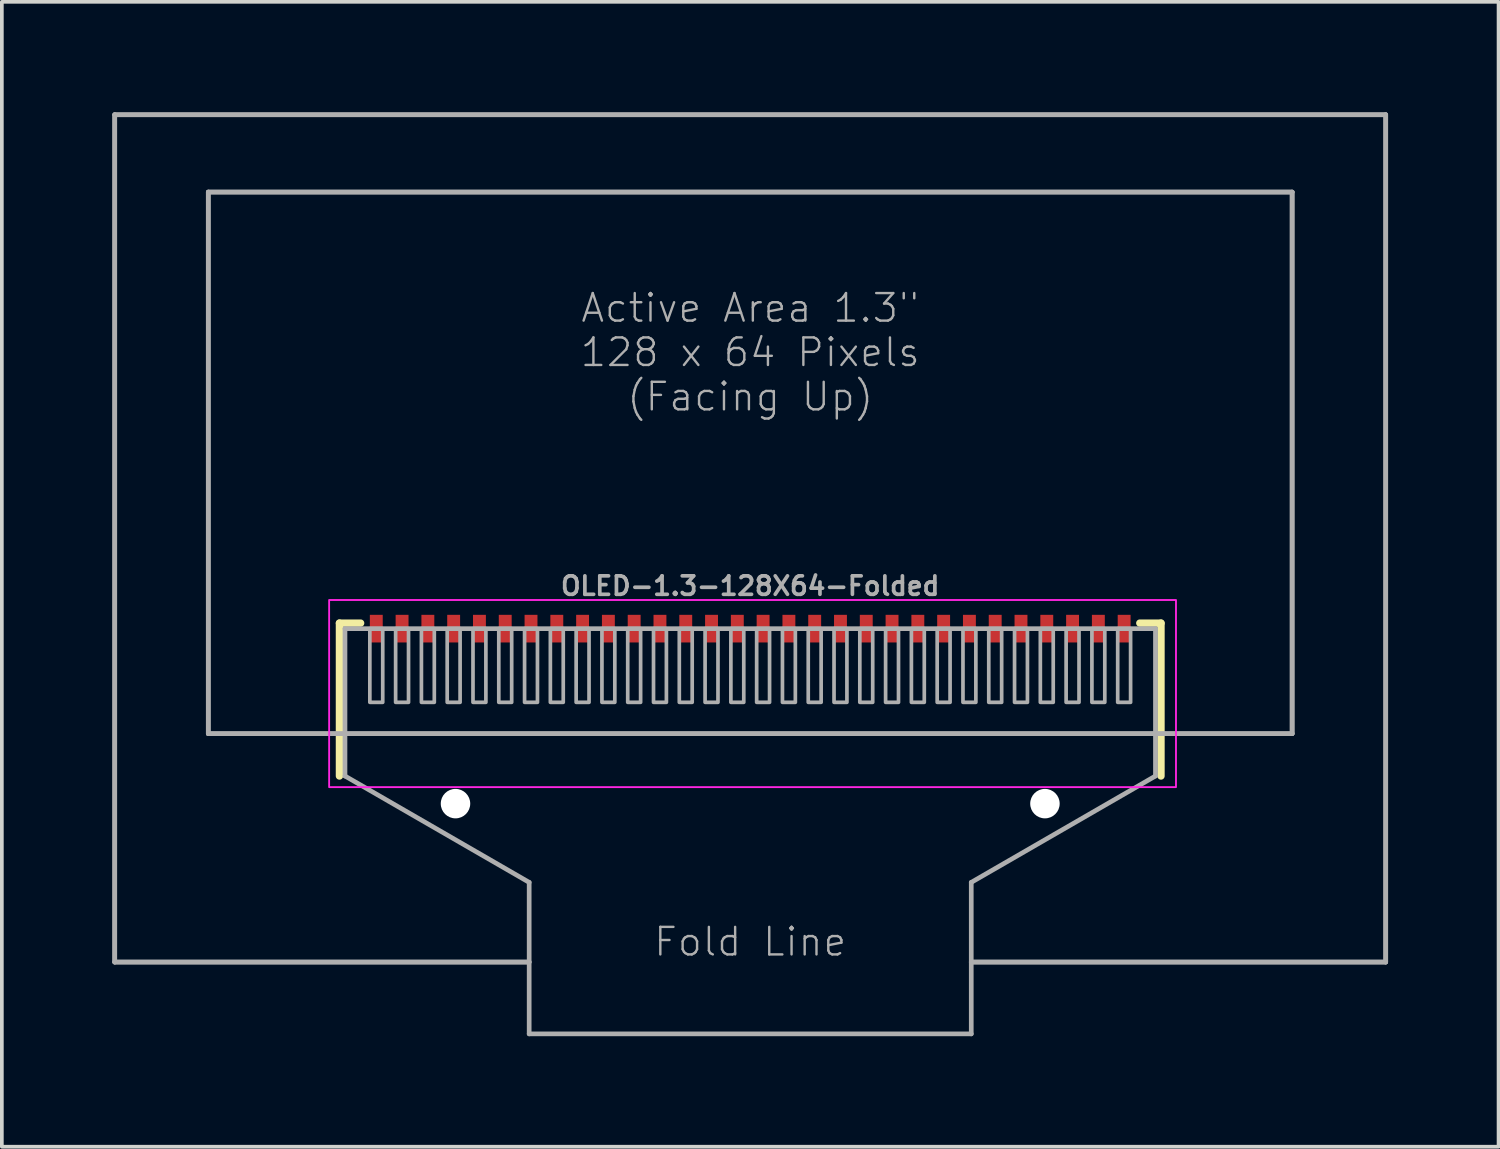
<source format=kicad_pcb>
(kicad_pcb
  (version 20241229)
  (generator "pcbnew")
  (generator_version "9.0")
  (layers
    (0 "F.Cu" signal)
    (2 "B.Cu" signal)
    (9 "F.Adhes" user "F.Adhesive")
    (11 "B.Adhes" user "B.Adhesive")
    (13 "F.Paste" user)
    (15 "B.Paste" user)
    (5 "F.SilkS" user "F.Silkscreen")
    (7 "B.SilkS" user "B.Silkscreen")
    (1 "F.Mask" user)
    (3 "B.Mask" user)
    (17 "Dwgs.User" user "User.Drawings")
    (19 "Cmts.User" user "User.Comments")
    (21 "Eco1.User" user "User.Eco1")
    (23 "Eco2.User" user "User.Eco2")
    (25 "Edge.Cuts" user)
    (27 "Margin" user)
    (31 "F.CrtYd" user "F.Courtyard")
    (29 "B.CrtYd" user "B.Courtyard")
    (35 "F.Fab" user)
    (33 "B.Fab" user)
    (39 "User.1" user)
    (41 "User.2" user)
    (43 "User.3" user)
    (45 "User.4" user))
  (footprint "OLED-1.3-128X64-Folded"
    (layer "F.Cu")
    (at 17.314 13.014)
    (property "Reference" "OLED-1.3-128X64-Folded" (at 0 -0.159 0) (unlocked yes) (layer "F.Fab") (effects (font (size 0.5 0.5) (thickness 0.1))))
    (fp_line (start -11.15 0.85) (end -11.15 5) (stroke (width 0.2) (type solid)) (layer "F.SilkS"))
    (fp_line (start -10.575 0.85) (end -11.15 0.85) (stroke (width 0.2) (type solid)) (layer "F.SilkS"))
    (fp_line (start 10.575 0.85) (end 11.15 0.85) (stroke (width 0.2) (type solid)) (layer "F.SilkS"))
    (fp_line (start 11.15 0.85) (end 11.15 5) (stroke (width 0.2) (type solid)) (layer "F.SilkS"))
    (fp_rect (start -11.43 0.222) (end 11.557 5.302) (stroke (width 0.05) (type default)) (fill no) (layer "F.CrtYd"))
    (fp_line (start -17.25 -12.95) (end -17.25 10.05) (stroke (width 0.127) (type solid)) (layer "F.Fab"))
    (fp_line (start -17.25 -12.95) (end -17.25 10.05) (stroke (width 0.127) (type solid)) (layer "F.Fab"))
    (fp_line (start -17.25 10.05) (end -6 10.05) (stroke (width 0.127) (type solid)) (layer "F.Fab"))
    (fp_line (start -17.25 10.05) (end -6 10.05) (stroke (width 0.127) (type solid)) (layer "F.Fab"))
    (fp_line (start -14.71 -10.85) (end -14.71 3.85) (stroke (width 0.127) (type solid)) (layer "F.Fab"))
    (fp_line (start -14.71 -10.85) (end -14.71 3.85) (stroke (width 0.127) (type solid)) (layer "F.Fab"))
    (fp_line (start -14.71 3.85) (end 14.71 3.85) (stroke (width 0.127) (type solid)) (layer "F.Fab"))
    (fp_line (start -14.71 3.85) (end 14.71 3.85) (stroke (width 0.127) (type solid)) (layer "F.Fab"))
    (fp_line (start -11 1) (end -11 5) (stroke (width 0.127) (type solid)) (layer "F.Fab"))
    (fp_line (start -11 5) (end -6 7.887) (stroke (width 0.127) (type solid)) (layer "F.Fab"))
    (fp_line (start -6 7.887) (end -6 12) (stroke (width 0.127) (type solid)) (layer "F.Fab"))
    (fp_line (start 6 7.887) (end 11 5) (stroke (width 0.127) (type solid)) (layer "F.Fab"))
    (fp_line (start 6 10.05) (end 17.25 10.05) (stroke (width 0.127) (type solid)) (layer "F.Fab"))
    (fp_line (start 6 10.05) (end 17.25 10.05) (stroke (width 0.127) (type solid)) (layer "F.Fab"))
    (fp_line (start 6 12) (end -6 12) (stroke (width 0.127) (type solid)) (layer "F.Fab"))
    (fp_line (start 6 12) (end 6 7.887) (stroke (width 0.127) (type solid)) (layer "F.Fab"))
    (fp_line (start 11 1) (end -11 1) (stroke (width 0.127) (type solid)) (layer "F.Fab"))
    (fp_line (start 11 5) (end 11 1) (stroke (width 0.127) (type solid)) (layer "F.Fab"))
    (fp_line (start 14.71 -10.85) (end -14.71 -10.85) (stroke (width 0.127) (type solid)) (layer "F.Fab"))
    (fp_line (start 14.71 -10.85) (end -14.71 -10.85) (stroke (width 0.127) (type solid)) (layer "F.Fab"))
    (fp_line (start 14.71 3.85) (end 14.71 -10.85) (stroke (width 0.127) (type solid)) (layer "F.Fab"))
    (fp_line (start 14.71 3.85) (end 14.71 -10.85) (stroke (width 0.127) (type solid)) (layer "F.Fab"))
    (fp_line (start 17.25 -12.95) (end -17.25 -12.95) (stroke (width 0.127) (type solid)) (layer "F.Fab"))
    (fp_line (start 17.25 -12.95) (end -17.25 -12.95) (stroke (width 0.127) (type solid)) (layer "F.Fab"))
    (fp_line (start 17.25 10.05) (end 17.25 -12.95) (stroke (width 0.127) (type solid)) (layer "F.Fab"))
    (fp_line (start 17.25 10.05) (end 17.25 -12.95) (stroke (width 0.127) (type solid)) (layer "F.Fab"))
    (fp_poly (pts (xy -10.325 3) (xy -9.975 3) (xy -9.975 1) (xy -10.325 1)) (stroke (width 0.1) (type default)) (fill no) (layer "F.Fab"))
    (fp_poly (pts (xy -9.625 3) (xy -9.275 3) (xy -9.275 1) (xy -9.625 1)) (stroke (width 0.1) (type default)) (fill no) (layer "F.Fab"))
    (fp_poly (pts (xy -8.925 3) (xy -8.575 3) (xy -8.575 1) (xy -8.925 1)) (stroke (width 0.1) (type default)) (fill no) (layer "F.Fab"))
    (fp_poly (pts (xy -8.225 3) (xy -7.875 3) (xy -7.875 1) (xy -8.225 1)) (stroke (width 0.1) (type default)) (fill no) (layer "F.Fab"))
    (fp_poly (pts (xy -7.525 3) (xy -7.175 3) (xy -7.175 1) (xy -7.525 1)) (stroke (width 0.1) (type default)) (fill no) (layer "F.Fab"))
    (fp_poly (pts (xy -6.825 3) (xy -6.475 3) (xy -6.475 1) (xy -6.825 1)) (stroke (width 0.1) (type default)) (fill no) (layer "F.Fab"))
    (fp_poly (pts (xy -6.125 3) (xy -5.775 3) (xy -5.775 1) (xy -6.125 1)) (stroke (width 0.1) (type default)) (fill no) (layer "F.Fab"))
    (fp_poly (pts (xy -5.425 3) (xy -5.075 3) (xy -5.075 1) (xy -5.425 1)) (stroke (width 0.1) (type default)) (fill no) (layer "F.Fab"))
    (fp_poly (pts (xy -4.725 3) (xy -4.375 3) (xy -4.375 1) (xy -4.725 1)) (stroke (width 0.1) (type default)) (fill no) (layer "F.Fab"))
    (fp_poly (pts (xy -4.025 3) (xy -3.675 3) (xy -3.675 1) (xy -4.025 1)) (stroke (width 0.1) (type default)) (fill no) (layer "F.Fab"))
    (fp_poly (pts (xy -3.325 3) (xy -2.975 3) (xy -2.975 1) (xy -3.325 1)) (stroke (width 0.1) (type default)) (fill no) (layer "F.Fab"))
    (fp_poly (pts (xy -2.625 3) (xy -2.275 3) (xy -2.275 1) (xy -2.625 1)) (stroke (width 0.1) (type default)) (fill no) (layer "F.Fab"))
    (fp_poly (pts (xy -1.925 3) (xy -1.575 3) (xy -1.575 1) (xy -1.925 1)) (stroke (width 0.1) (type default)) (fill no) (layer "F.Fab"))
    (fp_poly (pts (xy -1.225 3) (xy -0.875 3) (xy -0.875 1) (xy -1.225 1)) (stroke (width 0.1) (type default)) (fill no) (layer "F.Fab"))
    (fp_poly (pts (xy -0.525 3) (xy -0.175 3) (xy -0.175 1) (xy -0.525 1)) (stroke (width 0.1) (type default)) (fill no) (layer "F.Fab"))
    (fp_poly (pts (xy 0.175 3) (xy 0.525 3) (xy 0.525 1) (xy 0.175 1)) (stroke (width 0.1) (type default)) (fill no) (layer "F.Fab"))
    (fp_poly (pts (xy 0.875 3) (xy 1.225 3) (xy 1.225 1) (xy 0.875 1)) (stroke (width 0.1) (type default)) (fill no) (layer "F.Fab"))
    (fp_poly (pts (xy 1.575 3) (xy 1.925 3) (xy 1.925 1) (xy 1.575 1)) (stroke (width 0.1) (type default)) (fill no) (layer "F.Fab"))
    (fp_poly (pts (xy 2.275 3) (xy 2.625 3) (xy 2.625 1) (xy 2.275 1)) (stroke (width 0.1) (type default)) (fill no) (layer "F.Fab"))
    (fp_poly (pts (xy 2.975 3) (xy 3.325 3) (xy 3.325 1) (xy 2.975 1)) (stroke (width 0.1) (type default)) (fill no) (layer "F.Fab"))
    (fp_poly (pts (xy 3.675 3) (xy 4.025 3) (xy 4.025 1) (xy 3.675 1)) (stroke (width 0.1) (type default)) (fill no) (layer "F.Fab"))
    (fp_poly (pts (xy 4.375 3) (xy 4.725 3) (xy 4.725 1) (xy 4.375 1)) (stroke (width 0.1) (type default)) (fill no) (layer "F.Fab"))
    (fp_poly (pts (xy 5.075 3) (xy 5.425 3) (xy 5.425 1) (xy 5.075 1)) (stroke (width 0.1) (type default)) (fill no) (layer "F.Fab"))
    (fp_poly (pts (xy 5.775 3) (xy 6.125 3) (xy 6.125 1) (xy 5.775 1)) (stroke (width 0.1) (type default)) (fill no) (layer "F.Fab"))
    (fp_poly (pts (xy 6.475 3) (xy 6.825 3) (xy 6.825 1) (xy 6.475 1)) (stroke (width 0.1) (type default)) (fill no) (layer "F.Fab"))
    (fp_poly (pts (xy 7.175 3) (xy 7.525 3) (xy 7.525 1) (xy 7.175 1)) (stroke (width 0.1) (type default)) (fill no) (layer "F.Fab"))
    (fp_poly (pts (xy 7.875 3) (xy 8.225 3) (xy 8.225 1) (xy 7.875 1)) (stroke (width 0.1) (type default)) (fill no) (layer "F.Fab"))
    (fp_poly (pts (xy 8.575 3) (xy 8.925 3) (xy 8.925 1) (xy 8.575 1)) (stroke (width 0.1) (type default)) (fill no) (layer "F.Fab"))
    (fp_poly (pts (xy 9.275 3) (xy 9.625 3) (xy 9.625 1) (xy 9.275 1)) (stroke (width 0.1) (type default)) (fill no) (layer "F.Fab"))
    (fp_poly (pts (xy 9.975 3) (xy 10.325 3) (xy 10.325 1) (xy 9.975 1)) (stroke (width 0.1) (type default)) (fill no) (layer "F.Fab"))
    (fp_text user "Active Area 1.3\"\n128 x 64 Pixels\n(Facing Up)" (at 0 -6.5 0) (unlocked yes) (layer "F.Fab") (effects (font (size 0.748 0.748) (thickness 0.065))))
    (fp_text user "Fold Line" (at 0 9.5 0) (unlocked yes) (layer "F.Fab") (effects (font (size 0.748 0.748) (thickness 0.065))))
    (pad "" np_thru_hole circle (at -8 5.75) (size 0.8 0.8) (drill 0.8) (layers "*.Cu" "*.Mask"))
    (pad "" np_thru_hole circle (at 8 5.75) (size 0.8 0.8) (drill 0.8) (layers "*.Cu" "*.Mask"))
    (pad "1" smd rect (at -10.15 1) (size 0.35 0.75) (layers "F.Cu" "F.Mask" "F.Paste"))
    (pad "2" smd rect (at -9.45 1) (size 0.35 0.75) (layers "F.Cu" "F.Mask" "F.Paste"))
    (pad "3" smd rect (at -8.75 1) (size 0.35 0.75) (layers "F.Cu" "F.Mask" "F.Paste"))
    (pad "4" smd rect (at -8.05 1) (size 0.35 0.75) (layers "F.Cu" "F.Mask" "F.Paste"))
    (pad "5" smd rect (at -7.35 1) (size 0.35 0.75) (layers "F.Cu" "F.Mask" "F.Paste"))
    (pad "6" smd rect (at -6.65 1) (size 0.35 0.75) (layers "F.Cu" "F.Mask" "F.Paste"))
    (pad "7" smd rect (at -5.95 1) (size 0.35 0.75) (layers "F.Cu" "F.Mask" "F.Paste"))
    (pad "8" smd rect (at -5.25 1) (size 0.35 0.75) (layers "F.Cu" "F.Mask" "F.Paste"))
    (pad "9" smd rect (at -4.55 1) (size 0.35 0.75) (layers "F.Cu" "F.Mask" "F.Paste"))
    (pad "10" smd rect (at -3.85 1) (size 0.35 0.75) (layers "F.Cu" "F.Mask" "F.Paste"))
    (pad "11" smd rect (at -3.15 1) (size 0.35 0.75) (layers "F.Cu" "F.Mask" "F.Paste"))
    (pad "12" smd rect (at -2.45 1) (size 0.35 0.75) (layers "F.Cu" "F.Mask" "F.Paste"))
    (pad "13" smd rect (at -1.75 1) (size 0.35 0.75) (layers "F.Cu" "F.Mask" "F.Paste"))
    (pad "14" smd rect (at -1.05 1) (size 0.35 0.75) (layers "F.Cu" "F.Mask" "F.Paste"))
    (pad "15" smd rect (at -0.35 1) (size 0.35 0.75) (layers "F.Cu" "F.Mask" "F.Paste"))
    (pad "16" smd rect (at 0.35 1) (size 0.35 0.75) (layers "F.Cu" "F.Mask" "F.Paste"))
    (pad "17" smd rect (at 1.05 1) (size 0.35 0.75) (layers "F.Cu" "F.Mask" "F.Paste"))
    (pad "18" smd rect (at 1.75 1) (size 0.35 0.75) (layers "F.Cu" "F.Mask" "F.Paste"))
    (pad "19" smd rect (at 2.45 1) (size 0.35 0.75) (layers "F.Cu" "F.Mask" "F.Paste"))
    (pad "20" smd rect (at 3.15 1) (size 0.35 0.75) (layers "F.Cu" "F.Mask" "F.Paste"))
    (pad "21" smd rect (at 3.85 1) (size 0.35 0.75) (layers "F.Cu" "F.Mask" "F.Paste"))
    (pad "22" smd rect (at 4.55 1) (size 0.35 0.75) (layers "F.Cu" "F.Mask" "F.Paste"))
    (pad "23" smd rect (at 5.25 1) (size 0.35 0.75) (layers "F.Cu" "F.Mask" "F.Paste"))
    (pad "24" smd rect (at 5.95 1) (size 0.35 0.75) (layers "F.Cu" "F.Mask" "F.Paste"))
    (pad "25" smd rect (at 6.65 1) (size 0.35 0.75) (layers "F.Cu" "F.Mask" "F.Paste"))
    (pad "26" smd rect (at 7.35 1) (size 0.35 0.75) (layers "F.Cu" "F.Mask" "F.Paste"))
    (pad "27" smd rect (at 8.05 1) (size 0.35 0.75) (layers "F.Cu" "F.Mask" "F.Paste"))
    (pad "28" smd rect (at 8.75 1) (size 0.35 0.75) (layers "F.Cu" "F.Mask" "F.Paste"))
    (pad "29" smd rect (at 9.45 1) (size 0.35 0.75) (layers "F.Cu" "F.Mask" "F.Paste"))
    (pad "30" smd rect (at 10.15 1) (size 0.35 0.75) (layers "F.Cu" "F.Mask" "F.Paste")))
  (gr_rect
    (start -3 -3)
    (end 37.627 28.077)
    (stroke (width 0.1) (type default))
    (fill no)
    (layer "Edge.Cuts")))
</source>
